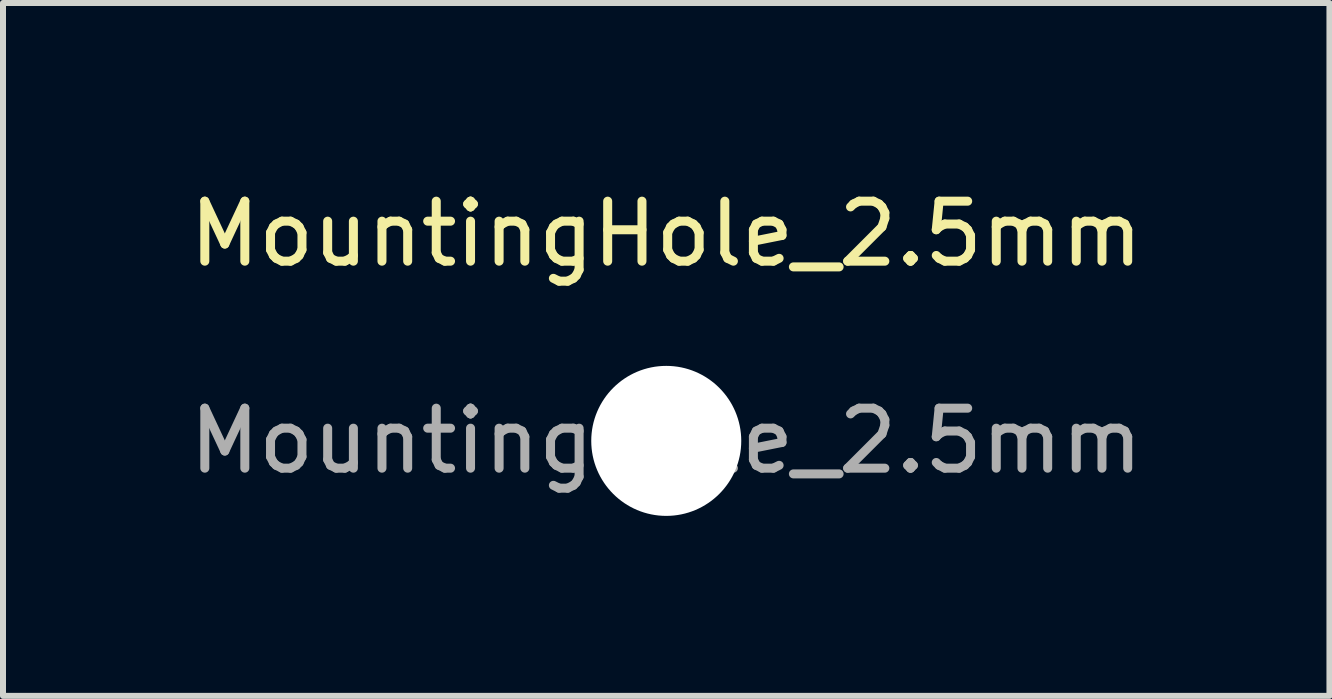
<source format=kicad_pcb>
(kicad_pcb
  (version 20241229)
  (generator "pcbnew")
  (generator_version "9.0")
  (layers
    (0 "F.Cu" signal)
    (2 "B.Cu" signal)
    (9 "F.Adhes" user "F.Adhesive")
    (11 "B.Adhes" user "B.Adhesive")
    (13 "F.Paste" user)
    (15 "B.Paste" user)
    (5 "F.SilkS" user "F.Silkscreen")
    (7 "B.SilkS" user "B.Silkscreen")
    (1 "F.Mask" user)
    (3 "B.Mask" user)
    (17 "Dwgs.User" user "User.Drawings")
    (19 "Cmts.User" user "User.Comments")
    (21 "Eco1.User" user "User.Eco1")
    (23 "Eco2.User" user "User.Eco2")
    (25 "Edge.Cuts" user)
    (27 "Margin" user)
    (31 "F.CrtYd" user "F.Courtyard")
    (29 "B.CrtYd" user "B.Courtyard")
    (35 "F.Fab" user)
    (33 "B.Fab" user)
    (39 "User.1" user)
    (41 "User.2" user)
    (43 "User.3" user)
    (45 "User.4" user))
  (footprint "MountingHole_2.5mm"
    (layer "F.Cu")
    (at 8.054 4.298)
    (property "Reference" "MountingHole_2.5mm" (at 0 -3.45 0) (layer "F.SilkS") (effects (font (size 1 1) (thickness 0.15))))
    (attr exclude_from_pos_files exclude_from_bom)
    (fp_text user "${REFERENCE}" (at 0 0 0) (layer "F.Fab") (effects (font (size 1 1) (thickness 0.15))))
    (pad "" np_thru_hole circle (at 0 0) (size 2.5 2.5) (drill 2.5) (layers "*.Cu" "*.Mask")))
  (gr_rect
    (start -3 -3)
    (end 19.107 8.548)
    (stroke (width 0.1) (type default))
    (fill no)
    (layer "Edge.Cuts")))
</source>
